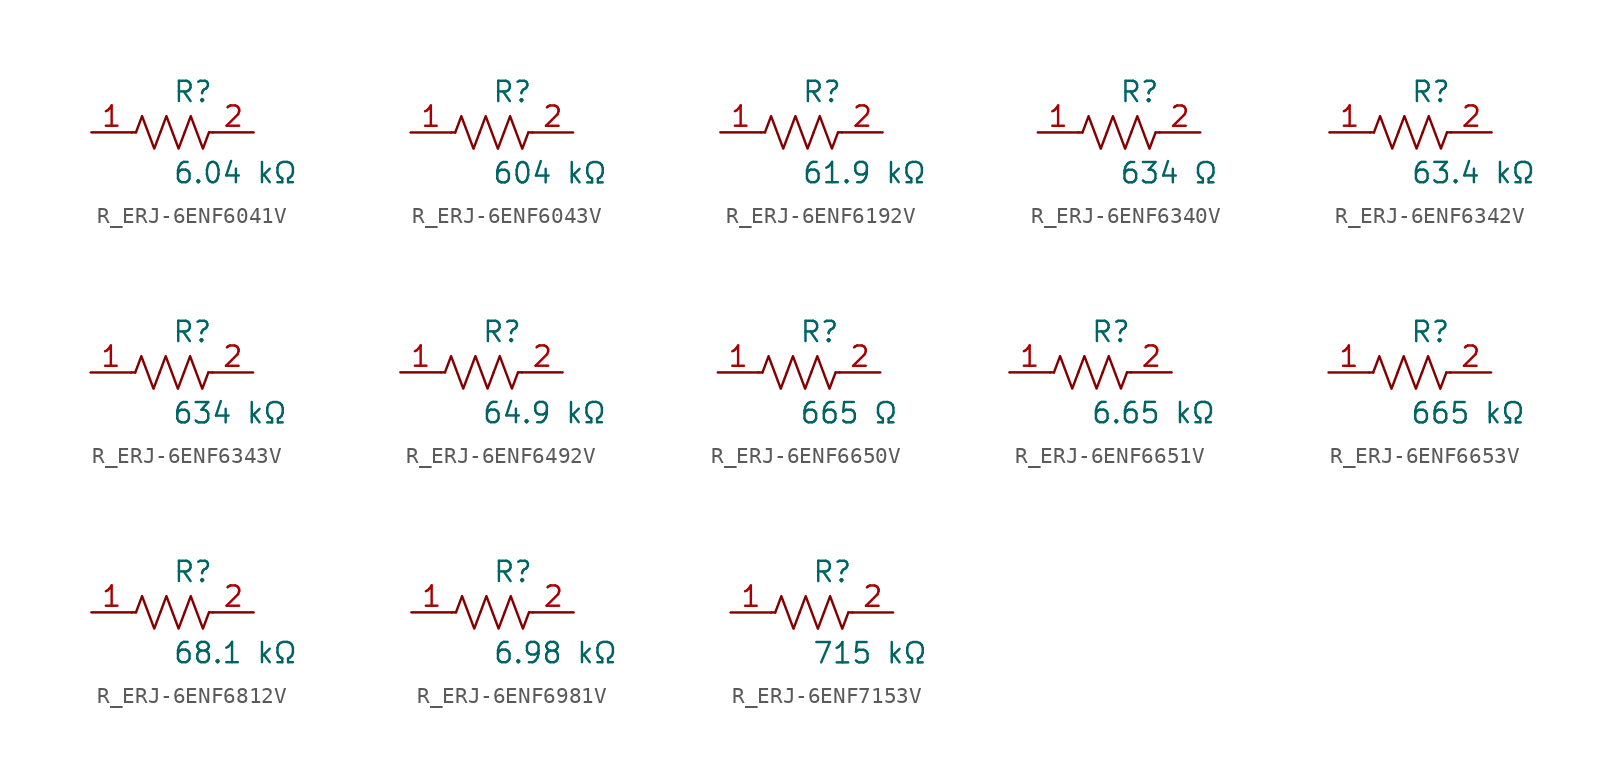
<source format=kicad_sym>
(kicad_symbol_lib
  (version 20231120)
  (generator kicad_symbol_editor)
  (generator_version 8.0)
  (symbol "R_ERJ-6ENF6041V"
    (pin_names
      (offset 0.254))
    (property "Reference" "R"
      (at 0.0 2.54 0)
      (effects (font (size 1.27 1.27)) (justify left)))
    (property "Value" "6.04 kΩ"
      (at 0.0 -2.54 0)
      (effects (font (size 1.27 1.27)) (justify left)))
    (symbol "R_ERJ-6ENF6041V_0_1"
      (polyline (pts (xy 2.286 0) (xy 2.54 0)) (stroke (width 0) (type default)) (fill (type none)))
      (polyline (pts (xy -2.286 0) (xy -2.54 0)) (stroke (width 0) (type default)) (fill (type none)))
      (polyline (pts (xy 0.762 0) (xy 1.143 1.016) (xy 1.524 0) (xy 1.905 -1.016) (xy 2.286 0)) (stroke (width 0) (type default)) (fill (type none)))
      (polyline (pts (xy -0.762 0) (xy -0.381 1.016) (xy 0 0) (xy 0.381 -1.016) (xy 0.762 0)) (stroke (width 0) (type default)) (fill (type none)))
      (polyline (pts (xy -2.286 0) (xy -1.905 1.016) (xy -1.524 0) (xy -1.143 -1.016) (xy -0.762 0)) (stroke (width 0) (type default)) (fill (type none))))
    (pin unspecified line
      (at -5.08 0 0)
      (length 2.54)
      (name "" (effects (font (size 1.27 1.27))))
      (number "1" (effects (font (size 1.27 1.27)))))
    (pin unspecified line
      (at 5.08 0 180)
      (length 2.54)
      (name "" (effects (font (size 1.27 1.27))))
      (number "2" (effects (font (size 1.27 1.27))))))
  (symbol "R_ERJ-6ENF6043V"
    (pin_names
      (offset 0.254))
    (property "Reference" "R"
      (at 0.0 2.54 0)
      (effects (font (size 1.27 1.27)) (justify left)))
    (property "Value" "604 kΩ"
      (at 0.0 -2.54 0)
      (effects (font (size 1.27 1.27)) (justify left)))
    (symbol "R_ERJ-6ENF6043V_0_1"
      (polyline (pts (xy 2.286 0) (xy 2.54 0)) (stroke (width 0) (type default)) (fill (type none)))
      (polyline (pts (xy -2.286 0) (xy -2.54 0)) (stroke (width 0) (type default)) (fill (type none)))
      (polyline (pts (xy 0.762 0) (xy 1.143 1.016) (xy 1.524 0) (xy 1.905 -1.016) (xy 2.286 0)) (stroke (width 0) (type default)) (fill (type none)))
      (polyline (pts (xy -0.762 0) (xy -0.381 1.016) (xy 0 0) (xy 0.381 -1.016) (xy 0.762 0)) (stroke (width 0) (type default)) (fill (type none)))
      (polyline (pts (xy -2.286 0) (xy -1.905 1.016) (xy -1.524 0) (xy -1.143 -1.016) (xy -0.762 0)) (stroke (width 0) (type default)) (fill (type none))))
    (pin unspecified line
      (at -5.08 0 0)
      (length 2.54)
      (name "" (effects (font (size 1.27 1.27))))
      (number "1" (effects (font (size 1.27 1.27)))))
    (pin unspecified line
      (at 5.08 0 180)
      (length 2.54)
      (name "" (effects (font (size 1.27 1.27))))
      (number "2" (effects (font (size 1.27 1.27))))))
  (symbol "R_ERJ-6ENF6192V"
    (pin_names
      (offset 0.254))
    (property "Reference" "R"
      (at 0.0 2.54 0)
      (effects (font (size 1.27 1.27)) (justify left)))
    (property "Value" "61.9 kΩ"
      (at 0.0 -2.54 0)
      (effects (font (size 1.27 1.27)) (justify left)))
    (symbol "R_ERJ-6ENF6192V_0_1"
      (polyline (pts (xy 2.286 0) (xy 2.54 0)) (stroke (width 0) (type default)) (fill (type none)))
      (polyline (pts (xy -2.286 0) (xy -2.54 0)) (stroke (width 0) (type default)) (fill (type none)))
      (polyline (pts (xy 0.762 0) (xy 1.143 1.016) (xy 1.524 0) (xy 1.905 -1.016) (xy 2.286 0)) (stroke (width 0) (type default)) (fill (type none)))
      (polyline (pts (xy -0.762 0) (xy -0.381 1.016) (xy 0 0) (xy 0.381 -1.016) (xy 0.762 0)) (stroke (width 0) (type default)) (fill (type none)))
      (polyline (pts (xy -2.286 0) (xy -1.905 1.016) (xy -1.524 0) (xy -1.143 -1.016) (xy -0.762 0)) (stroke (width 0) (type default)) (fill (type none))))
    (pin unspecified line
      (at -5.08 0 0)
      (length 2.54)
      (name "" (effects (font (size 1.27 1.27))))
      (number "1" (effects (font (size 1.27 1.27)))))
    (pin unspecified line
      (at 5.08 0 180)
      (length 2.54)
      (name "" (effects (font (size 1.27 1.27))))
      (number "2" (effects (font (size 1.27 1.27))))))
  (symbol "R_ERJ-6ENF6340V"
    (pin_names
      (offset 0.254))
    (property "Reference" "R"
      (at 0.0 2.54 0)
      (effects (font (size 1.27 1.27)) (justify left)))
    (property "Value" "634 Ω"
      (at 0.0 -2.54 0)
      (effects (font (size 1.27 1.27)) (justify left)))
    (symbol "R_ERJ-6ENF6340V_0_1"
      (polyline (pts (xy 2.286 0) (xy 2.54 0)) (stroke (width 0) (type default)) (fill (type none)))
      (polyline (pts (xy -2.286 0) (xy -2.54 0)) (stroke (width 0) (type default)) (fill (type none)))
      (polyline (pts (xy 0.762 0) (xy 1.143 1.016) (xy 1.524 0) (xy 1.905 -1.016) (xy 2.286 0)) (stroke (width 0) (type default)) (fill (type none)))
      (polyline (pts (xy -0.762 0) (xy -0.381 1.016) (xy 0 0) (xy 0.381 -1.016) (xy 0.762 0)) (stroke (width 0) (type default)) (fill (type none)))
      (polyline (pts (xy -2.286 0) (xy -1.905 1.016) (xy -1.524 0) (xy -1.143 -1.016) (xy -0.762 0)) (stroke (width 0) (type default)) (fill (type none))))
    (pin unspecified line
      (at -5.08 0 0)
      (length 2.54)
      (name "" (effects (font (size 1.27 1.27))))
      (number "1" (effects (font (size 1.27 1.27)))))
    (pin unspecified line
      (at 5.08 0 180)
      (length 2.54)
      (name "" (effects (font (size 1.27 1.27))))
      (number "2" (effects (font (size 1.27 1.27))))))
  (symbol "R_ERJ-6ENF6342V"
    (pin_names
      (offset 0.254))
    (property "Reference" "R"
      (at 0.0 2.54 0)
      (effects (font (size 1.27 1.27)) (justify left)))
    (property "Value" "63.4 kΩ"
      (at 0.0 -2.54 0)
      (effects (font (size 1.27 1.27)) (justify left)))
    (symbol "R_ERJ-6ENF6342V_0_1"
      (polyline (pts (xy 2.286 0) (xy 2.54 0)) (stroke (width 0) (type default)) (fill (type none)))
      (polyline (pts (xy -2.286 0) (xy -2.54 0)) (stroke (width 0) (type default)) (fill (type none)))
      (polyline (pts (xy 0.762 0) (xy 1.143 1.016) (xy 1.524 0) (xy 1.905 -1.016) (xy 2.286 0)) (stroke (width 0) (type default)) (fill (type none)))
      (polyline (pts (xy -0.762 0) (xy -0.381 1.016) (xy 0 0) (xy 0.381 -1.016) (xy 0.762 0)) (stroke (width 0) (type default)) (fill (type none)))
      (polyline (pts (xy -2.286 0) (xy -1.905 1.016) (xy -1.524 0) (xy -1.143 -1.016) (xy -0.762 0)) (stroke (width 0) (type default)) (fill (type none))))
    (pin unspecified line
      (at -5.08 0 0)
      (length 2.54)
      (name "" (effects (font (size 1.27 1.27))))
      (number "1" (effects (font (size 1.27 1.27)))))
    (pin unspecified line
      (at 5.08 0 180)
      (length 2.54)
      (name "" (effects (font (size 1.27 1.27))))
      (number "2" (effects (font (size 1.27 1.27))))))
  (symbol "R_ERJ-6ENF6343V"
    (pin_names
      (offset 0.254))
    (property "Reference" "R"
      (at 0.0 2.54 0)
      (effects (font (size 1.27 1.27)) (justify left)))
    (property "Value" "634 kΩ"
      (at 0.0 -2.54 0)
      (effects (font (size 1.27 1.27)) (justify left)))
    (symbol "R_ERJ-6ENF6343V_0_1"
      (polyline (pts (xy 2.286 0) (xy 2.54 0)) (stroke (width 0) (type default)) (fill (type none)))
      (polyline (pts (xy -2.286 0) (xy -2.54 0)) (stroke (width 0) (type default)) (fill (type none)))
      (polyline (pts (xy 0.762 0) (xy 1.143 1.016) (xy 1.524 0) (xy 1.905 -1.016) (xy 2.286 0)) (stroke (width 0) (type default)) (fill (type none)))
      (polyline (pts (xy -0.762 0) (xy -0.381 1.016) (xy 0 0) (xy 0.381 -1.016) (xy 0.762 0)) (stroke (width 0) (type default)) (fill (type none)))
      (polyline (pts (xy -2.286 0) (xy -1.905 1.016) (xy -1.524 0) (xy -1.143 -1.016) (xy -0.762 0)) (stroke (width 0) (type default)) (fill (type none))))
    (pin unspecified line
      (at -5.08 0 0)
      (length 2.54)
      (name "" (effects (font (size 1.27 1.27))))
      (number "1" (effects (font (size 1.27 1.27)))))
    (pin unspecified line
      (at 5.08 0 180)
      (length 2.54)
      (name "" (effects (font (size 1.27 1.27))))
      (number "2" (effects (font (size 1.27 1.27))))))
  (symbol "R_ERJ-6ENF6492V"
    (pin_names
      (offset 0.254))
    (property "Reference" "R"
      (at 0.0 2.54 0)
      (effects (font (size 1.27 1.27)) (justify left)))
    (property "Value" "64.9 kΩ"
      (at 0.0 -2.54 0)
      (effects (font (size 1.27 1.27)) (justify left)))
    (symbol "R_ERJ-6ENF6492V_0_1"
      (polyline (pts (xy 2.286 0) (xy 2.54 0)) (stroke (width 0) (type default)) (fill (type none)))
      (polyline (pts (xy -2.286 0) (xy -2.54 0)) (stroke (width 0) (type default)) (fill (type none)))
      (polyline (pts (xy 0.762 0) (xy 1.143 1.016) (xy 1.524 0) (xy 1.905 -1.016) (xy 2.286 0)) (stroke (width 0) (type default)) (fill (type none)))
      (polyline (pts (xy -0.762 0) (xy -0.381 1.016) (xy 0 0) (xy 0.381 -1.016) (xy 0.762 0)) (stroke (width 0) (type default)) (fill (type none)))
      (polyline (pts (xy -2.286 0) (xy -1.905 1.016) (xy -1.524 0) (xy -1.143 -1.016) (xy -0.762 0)) (stroke (width 0) (type default)) (fill (type none))))
    (pin unspecified line
      (at -5.08 0 0)
      (length 2.54)
      (name "" (effects (font (size 1.27 1.27))))
      (number "1" (effects (font (size 1.27 1.27)))))
    (pin unspecified line
      (at 5.08 0 180)
      (length 2.54)
      (name "" (effects (font (size 1.27 1.27))))
      (number "2" (effects (font (size 1.27 1.27))))))
  (symbol "R_ERJ-6ENF6650V"
    (pin_names
      (offset 0.254))
    (property "Reference" "R"
      (at 0.0 2.54 0)
      (effects (font (size 1.27 1.27)) (justify left)))
    (property "Value" "665 Ω"
      (at 0.0 -2.54 0)
      (effects (font (size 1.27 1.27)) (justify left)))
    (symbol "R_ERJ-6ENF6650V_0_1"
      (polyline (pts (xy 2.286 0) (xy 2.54 0)) (stroke (width 0) (type default)) (fill (type none)))
      (polyline (pts (xy -2.286 0) (xy -2.54 0)) (stroke (width 0) (type default)) (fill (type none)))
      (polyline (pts (xy 0.762 0) (xy 1.143 1.016) (xy 1.524 0) (xy 1.905 -1.016) (xy 2.286 0)) (stroke (width 0) (type default)) (fill (type none)))
      (polyline (pts (xy -0.762 0) (xy -0.381 1.016) (xy 0 0) (xy 0.381 -1.016) (xy 0.762 0)) (stroke (width 0) (type default)) (fill (type none)))
      (polyline (pts (xy -2.286 0) (xy -1.905 1.016) (xy -1.524 0) (xy -1.143 -1.016) (xy -0.762 0)) (stroke (width 0) (type default)) (fill (type none))))
    (pin unspecified line
      (at -5.08 0 0)
      (length 2.54)
      (name "" (effects (font (size 1.27 1.27))))
      (number "1" (effects (font (size 1.27 1.27)))))
    (pin unspecified line
      (at 5.08 0 180)
      (length 2.54)
      (name "" (effects (font (size 1.27 1.27))))
      (number "2" (effects (font (size 1.27 1.27))))))
  (symbol "R_ERJ-6ENF6651V"
    (pin_names
      (offset 0.254))
    (property "Reference" "R"
      (at 0.0 2.54 0)
      (effects (font (size 1.27 1.27)) (justify left)))
    (property "Value" "6.65 kΩ"
      (at 0.0 -2.54 0)
      (effects (font (size 1.27 1.27)) (justify left)))
    (symbol "R_ERJ-6ENF6651V_0_1"
      (polyline (pts (xy 2.286 0) (xy 2.54 0)) (stroke (width 0) (type default)) (fill (type none)))
      (polyline (pts (xy -2.286 0) (xy -2.54 0)) (stroke (width 0) (type default)) (fill (type none)))
      (polyline (pts (xy 0.762 0) (xy 1.143 1.016) (xy 1.524 0) (xy 1.905 -1.016) (xy 2.286 0)) (stroke (width 0) (type default)) (fill (type none)))
      (polyline (pts (xy -0.762 0) (xy -0.381 1.016) (xy 0 0) (xy 0.381 -1.016) (xy 0.762 0)) (stroke (width 0) (type default)) (fill (type none)))
      (polyline (pts (xy -2.286 0) (xy -1.905 1.016) (xy -1.524 0) (xy -1.143 -1.016) (xy -0.762 0)) (stroke (width 0) (type default)) (fill (type none))))
    (pin unspecified line
      (at -5.08 0 0)
      (length 2.54)
      (name "" (effects (font (size 1.27 1.27))))
      (number "1" (effects (font (size 1.27 1.27)))))
    (pin unspecified line
      (at 5.08 0 180)
      (length 2.54)
      (name "" (effects (font (size 1.27 1.27))))
      (number "2" (effects (font (size 1.27 1.27))))))
  (symbol "R_ERJ-6ENF6653V"
    (pin_names
      (offset 0.254))
    (property "Reference" "R"
      (at 0.0 2.54 0)
      (effects (font (size 1.27 1.27)) (justify left)))
    (property "Value" "665 kΩ"
      (at 0.0 -2.54 0)
      (effects (font (size 1.27 1.27)) (justify left)))
    (symbol "R_ERJ-6ENF6653V_0_1"
      (polyline (pts (xy 2.286 0) (xy 2.54 0)) (stroke (width 0) (type default)) (fill (type none)))
      (polyline (pts (xy -2.286 0) (xy -2.54 0)) (stroke (width 0) (type default)) (fill (type none)))
      (polyline (pts (xy 0.762 0) (xy 1.143 1.016) (xy 1.524 0) (xy 1.905 -1.016) (xy 2.286 0)) (stroke (width 0) (type default)) (fill (type none)))
      (polyline (pts (xy -0.762 0) (xy -0.381 1.016) (xy 0 0) (xy 0.381 -1.016) (xy 0.762 0)) (stroke (width 0) (type default)) (fill (type none)))
      (polyline (pts (xy -2.286 0) (xy -1.905 1.016) (xy -1.524 0) (xy -1.143 -1.016) (xy -0.762 0)) (stroke (width 0) (type default)) (fill (type none))))
    (pin unspecified line
      (at -5.08 0 0)
      (length 2.54)
      (name "" (effects (font (size 1.27 1.27))))
      (number "1" (effects (font (size 1.27 1.27)))))
    (pin unspecified line
      (at 5.08 0 180)
      (length 2.54)
      (name "" (effects (font (size 1.27 1.27))))
      (number "2" (effects (font (size 1.27 1.27))))))
  (symbol "R_ERJ-6ENF6812V"
    (pin_names
      (offset 0.254))
    (property "Reference" "R"
      (at 0.0 2.54 0)
      (effects (font (size 1.27 1.27)) (justify left)))
    (property "Value" "68.1 kΩ"
      (at 0.0 -2.54 0)
      (effects (font (size 1.27 1.27)) (justify left)))
    (symbol "R_ERJ-6ENF6812V_0_1"
      (polyline (pts (xy 2.286 0) (xy 2.54 0)) (stroke (width 0) (type default)) (fill (type none)))
      (polyline (pts (xy -2.286 0) (xy -2.54 0)) (stroke (width 0) (type default)) (fill (type none)))
      (polyline (pts (xy 0.762 0) (xy 1.143 1.016) (xy 1.524 0) (xy 1.905 -1.016) (xy 2.286 0)) (stroke (width 0) (type default)) (fill (type none)))
      (polyline (pts (xy -0.762 0) (xy -0.381 1.016) (xy 0 0) (xy 0.381 -1.016) (xy 0.762 0)) (stroke (width 0) (type default)) (fill (type none)))
      (polyline (pts (xy -2.286 0) (xy -1.905 1.016) (xy -1.524 0) (xy -1.143 -1.016) (xy -0.762 0)) (stroke (width 0) (type default)) (fill (type none))))
    (pin unspecified line
      (at -5.08 0 0)
      (length 2.54)
      (name "" (effects (font (size 1.27 1.27))))
      (number "1" (effects (font (size 1.27 1.27)))))
    (pin unspecified line
      (at 5.08 0 180)
      (length 2.54)
      (name "" (effects (font (size 1.27 1.27))))
      (number "2" (effects (font (size 1.27 1.27))))))
  (symbol "R_ERJ-6ENF6981V"
    (pin_names
      (offset 0.254))
    (property "Reference" "R"
      (at 0.0 2.54 0)
      (effects (font (size 1.27 1.27)) (justify left)))
    (property "Value" "6.98 kΩ"
      (at 0.0 -2.54 0)
      (effects (font (size 1.27 1.27)) (justify left)))
    (symbol "R_ERJ-6ENF6981V_0_1"
      (polyline (pts (xy 2.286 0) (xy 2.54 0)) (stroke (width 0) (type default)) (fill (type none)))
      (polyline (pts (xy -2.286 0) (xy -2.54 0)) (stroke (width 0) (type default)) (fill (type none)))
      (polyline (pts (xy 0.762 0) (xy 1.143 1.016) (xy 1.524 0) (xy 1.905 -1.016) (xy 2.286 0)) (stroke (width 0) (type default)) (fill (type none)))
      (polyline (pts (xy -0.762 0) (xy -0.381 1.016) (xy 0 0) (xy 0.381 -1.016) (xy 0.762 0)) (stroke (width 0) (type default)) (fill (type none)))
      (polyline (pts (xy -2.286 0) (xy -1.905 1.016) (xy -1.524 0) (xy -1.143 -1.016) (xy -0.762 0)) (stroke (width 0) (type default)) (fill (type none))))
    (pin unspecified line
      (at -5.08 0 0)
      (length 2.54)
      (name "" (effects (font (size 1.27 1.27))))
      (number "1" (effects (font (size 1.27 1.27)))))
    (pin unspecified line
      (at 5.08 0 180)
      (length 2.54)
      (name "" (effects (font (size 1.27 1.27))))
      (number "2" (effects (font (size 1.27 1.27))))))
  (symbol "R_ERJ-6ENF7153V"
    (pin_names
      (offset 0.254))
    (property "Reference" "R"
      (at 0.0 2.54 0)
      (effects (font (size 1.27 1.27)) (justify left)))
    (property "Value" "715 kΩ"
      (at 0.0 -2.54 0)
      (effects (font (size 1.27 1.27)) (justify left)))
    (symbol "R_ERJ-6ENF7153V_0_1"
      (polyline (pts (xy 2.286 0) (xy 2.54 0)) (stroke (width 0) (type default)) (fill (type none)))
      (polyline (pts (xy -2.286 0) (xy -2.54 0)) (stroke (width 0) (type default)) (fill (type none)))
      (polyline (pts (xy 0.762 0) (xy 1.143 1.016) (xy 1.524 0) (xy 1.905 -1.016) (xy 2.286 0)) (stroke (width 0) (type default)) (fill (type none)))
      (polyline (pts (xy -0.762 0) (xy -0.381 1.016) (xy 0 0) (xy 0.381 -1.016) (xy 0.762 0)) (stroke (width 0) (type default)) (fill (type none)))
      (polyline (pts (xy -2.286 0) (xy -1.905 1.016) (xy -1.524 0) (xy -1.143 -1.016) (xy -0.762 0)) (stroke (width 0) (type default)) (fill (type none))))
    (pin unspecified line
      (at -5.08 0 0)
      (length 2.54)
      (name "" (effects (font (size 1.27 1.27))))
      (number "1" (effects (font (size 1.27 1.27)))))
    (pin unspecified line
      (at 5.08 0 180)
      (length 2.54)
      (name "" (effects (font (size 1.27 1.27))))
      (number "2" (effects (font (size 1.27 1.27)))))))
</source>
